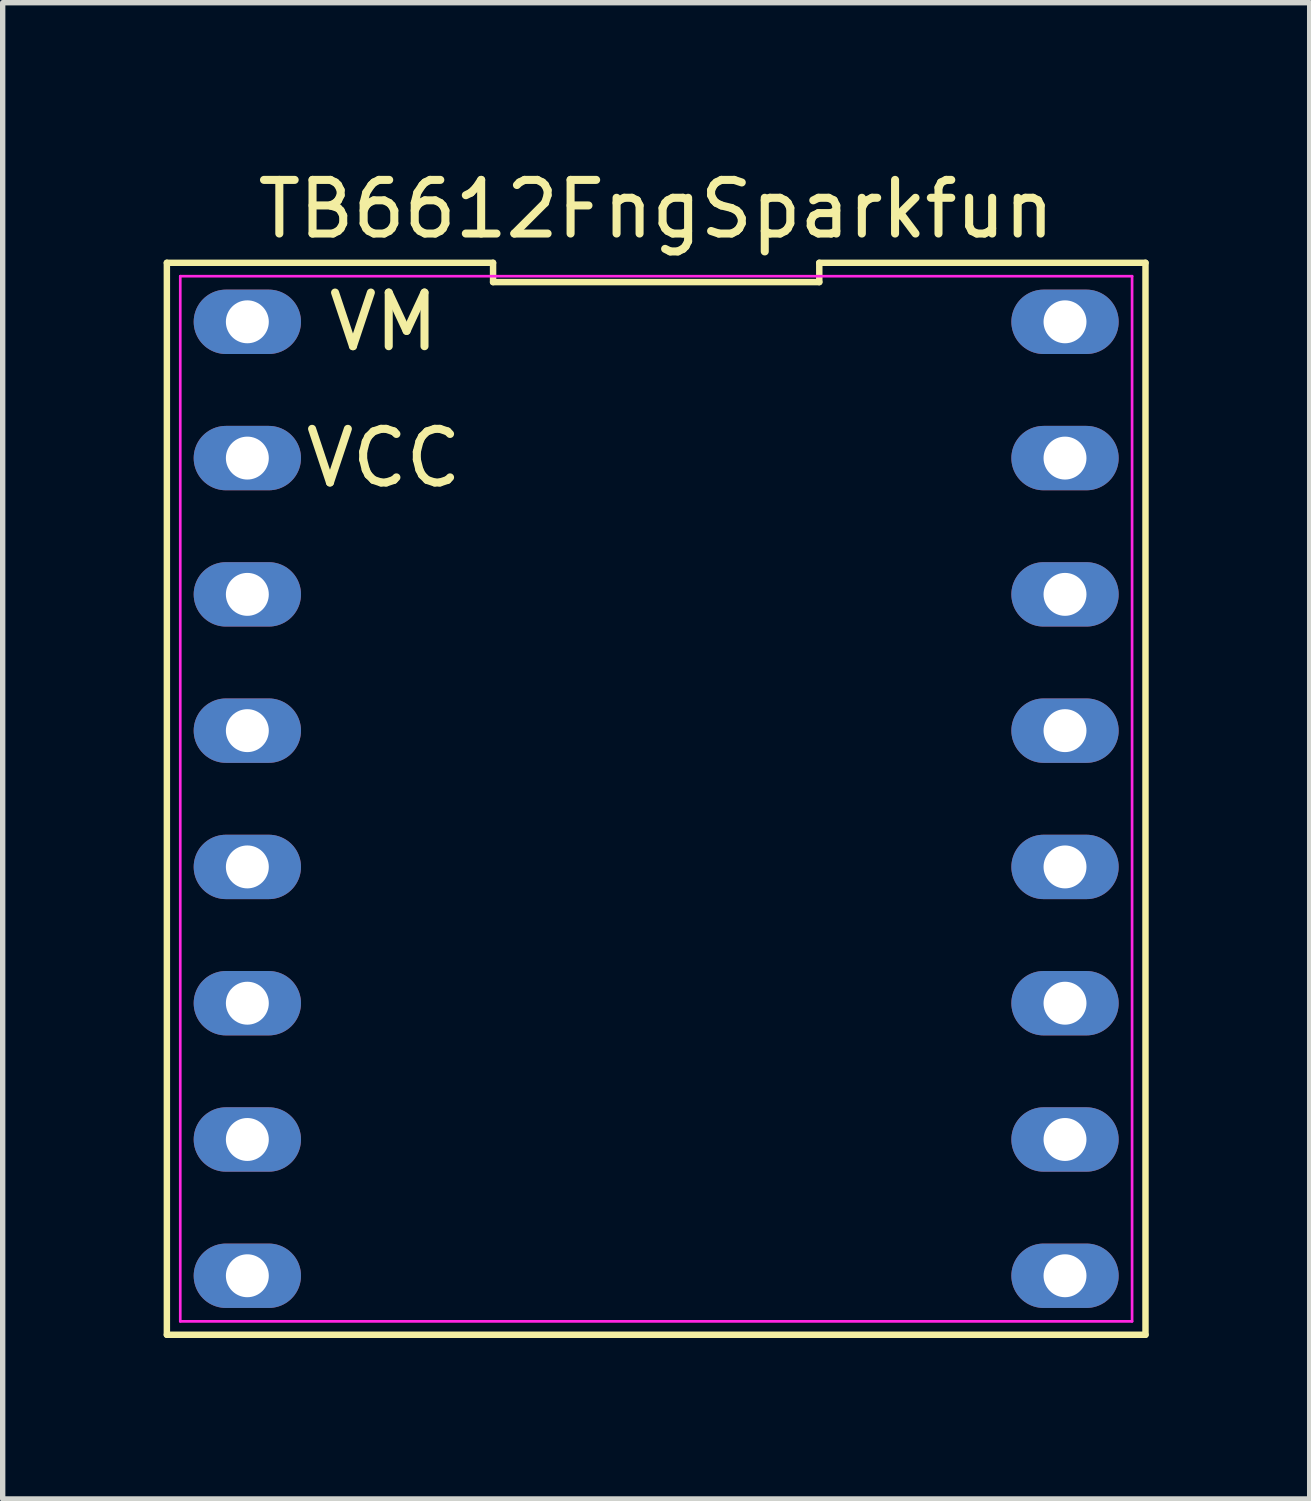
<source format=kicad_pcb>
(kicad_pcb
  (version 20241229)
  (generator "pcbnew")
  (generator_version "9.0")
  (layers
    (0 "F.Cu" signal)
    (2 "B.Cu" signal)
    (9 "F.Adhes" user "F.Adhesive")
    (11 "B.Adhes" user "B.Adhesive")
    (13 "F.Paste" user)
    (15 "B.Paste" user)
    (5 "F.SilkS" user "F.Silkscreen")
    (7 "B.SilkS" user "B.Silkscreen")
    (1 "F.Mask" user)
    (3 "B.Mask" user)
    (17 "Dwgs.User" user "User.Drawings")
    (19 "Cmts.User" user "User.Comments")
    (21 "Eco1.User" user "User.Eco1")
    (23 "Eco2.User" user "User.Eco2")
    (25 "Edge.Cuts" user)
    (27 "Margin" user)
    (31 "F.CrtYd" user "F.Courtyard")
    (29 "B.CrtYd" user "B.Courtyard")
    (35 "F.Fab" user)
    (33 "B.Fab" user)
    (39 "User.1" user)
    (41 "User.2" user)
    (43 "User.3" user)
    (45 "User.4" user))
  (footprint "TB6612FngSparkfun"
    (layer "F.Cu")
    (at 10.45 15.648)
    (property "Reference" "TB6612FngSparkfun" (at -1.27 -14.8 0) (layer "F.SilkS") (effects (font (size 1 1) (thickness 0.15))))
    (attr through_hole)
    (fp_line (start -10.39 -13.8) (end -10.39 6.18) (stroke (width 0.12) (type solid)) (layer "F.SilkS"))
    (fp_line (start -10.39 6.18) (end 7.85 6.18) (stroke (width 0.12) (type solid)) (layer "F.SilkS"))
    (fp_line (start -4.31 -13.8) (end -10.39 -13.8) (stroke (width 0.12) (type solid)) (layer "F.SilkS"))
    (fp_line (start -4.31 -13.44) (end -4.31 -13.8) (stroke (width 0.12) (type solid)) (layer "F.SilkS"))
    (fp_line (start 1.77 -13.8) (end 1.77 -13.44) (stroke (width 0.12) (type solid)) (layer "F.SilkS"))
    (fp_line (start 1.77 -13.44) (end -4.31 -13.44) (stroke (width 0.12) (type solid)) (layer "F.SilkS"))
    (fp_line (start 7.85 -13.8) (end 1.77 -13.8) (stroke (width 0.12) (type solid)) (layer "F.SilkS"))
    (fp_line (start 7.85 6.18) (end 7.85 -13.8) (stroke (width 0.12) (type solid)) (layer "F.SilkS"))
    (fp_line (start -10.14 -13.55) (end 7.6 -13.55) (stroke (width 0.05) (type solid)) (layer "F.CrtYd"))
    (fp_line (start -10.14 5.93) (end -10.14 -13.55) (stroke (width 0.05) (type solid)) (layer "F.CrtYd"))
    (fp_line (start 7.6 -13.55) (end 7.6 5.93) (stroke (width 0.05) (type solid)) (layer "F.CrtYd"))
    (fp_line (start 7.6 5.93) (end -10.14 5.93) (stroke (width 0.05) (type solid)) (layer "F.CrtYd"))
    (fp_text user "VCC" (at -6.35 -10.16 0) (layer "F.SilkS") (effects (font (size 1 1) (thickness 0.15))))
    (fp_text user "VM" (at -6.35 -12.7 0) (layer "F.SilkS") (effects (font (size 1 1) (thickness 0.15))))
    (pad "1" thru_hole oval (at -8.89 -12.7 270) (size 1.2 2) (drill 0.8) (layers "*.Cu" "*.Mask"))
    (pad "2" thru_hole oval (at -8.89 -10.16 270) (size 1.2 2) (drill 0.8) (layers "*.Cu" "*.Mask"))
    (pad "3" thru_hole oval (at -8.89 -7.62 270) (size 1.2 2) (drill 0.8) (layers "*.Cu" "*.Mask"))
    (pad "4" thru_hole oval (at -8.89 -5.08 270) (size 1.2 2) (drill 0.8) (layers "*.Cu" "*.Mask"))
    (pad "5" thru_hole oval (at -8.89 -2.54 270) (size 1.2 2) (drill 0.8) (layers "*.Cu" "*.Mask"))
    (pad "6" thru_hole oval (at -8.89 0 270) (size 1.2 2) (drill 0.8) (layers "*.Cu" "*.Mask"))
    (pad "7" thru_hole oval (at -8.89 2.54 270) (size 1.2 2) (drill 0.8) (layers "*.Cu" "*.Mask"))
    (pad "8" thru_hole oval (at -8.89 5.08 270) (size 1.2 2) (drill 0.8) (layers "*.Cu" "*.Mask"))
    (pad "9" thru_hole oval (at 6.35 5.08 270) (size 1.2 2) (drill 0.8) (layers "*.Cu" "*.Mask"))
    (pad "10" thru_hole oval (at 6.35 2.54 270) (size 1.2 2) (drill 0.8) (layers "*.Cu" "*.Mask"))
    (pad "11" thru_hole oval (at 6.35 0 270) (size 1.2 2) (drill 0.8) (layers "*.Cu" "*.Mask"))
    (pad "12" thru_hole oval (at 6.35 -2.54 270) (size 1.2 2) (drill 0.8) (layers "*.Cu" "*.Mask"))
    (pad "13" thru_hole oval (at 6.35 -5.08 270) (size 1.2 2) (drill 0.8) (layers "*.Cu" "*.Mask"))
    (pad "14" thru_hole oval (at 6.35 -7.62 270) (size 1.2 2) (drill 0.8) (layers "*.Cu" "*.Mask"))
    (pad "15" thru_hole oval (at 6.35 -10.16 270) (size 1.2 2) (drill 0.8) (layers "*.Cu" "*.Mask"))
    (pad "16" thru_hole oval (at 6.35 -12.7 270) (size 1.2 2) (drill 0.8) (layers "*.Cu" "*.Mask")))
  (gr_rect
    (start -3 -3)
    (end 21.36 24.888)
    (stroke (width 0.1) (type default))
    (fill no)
    (layer "Edge.Cuts")))
</source>
